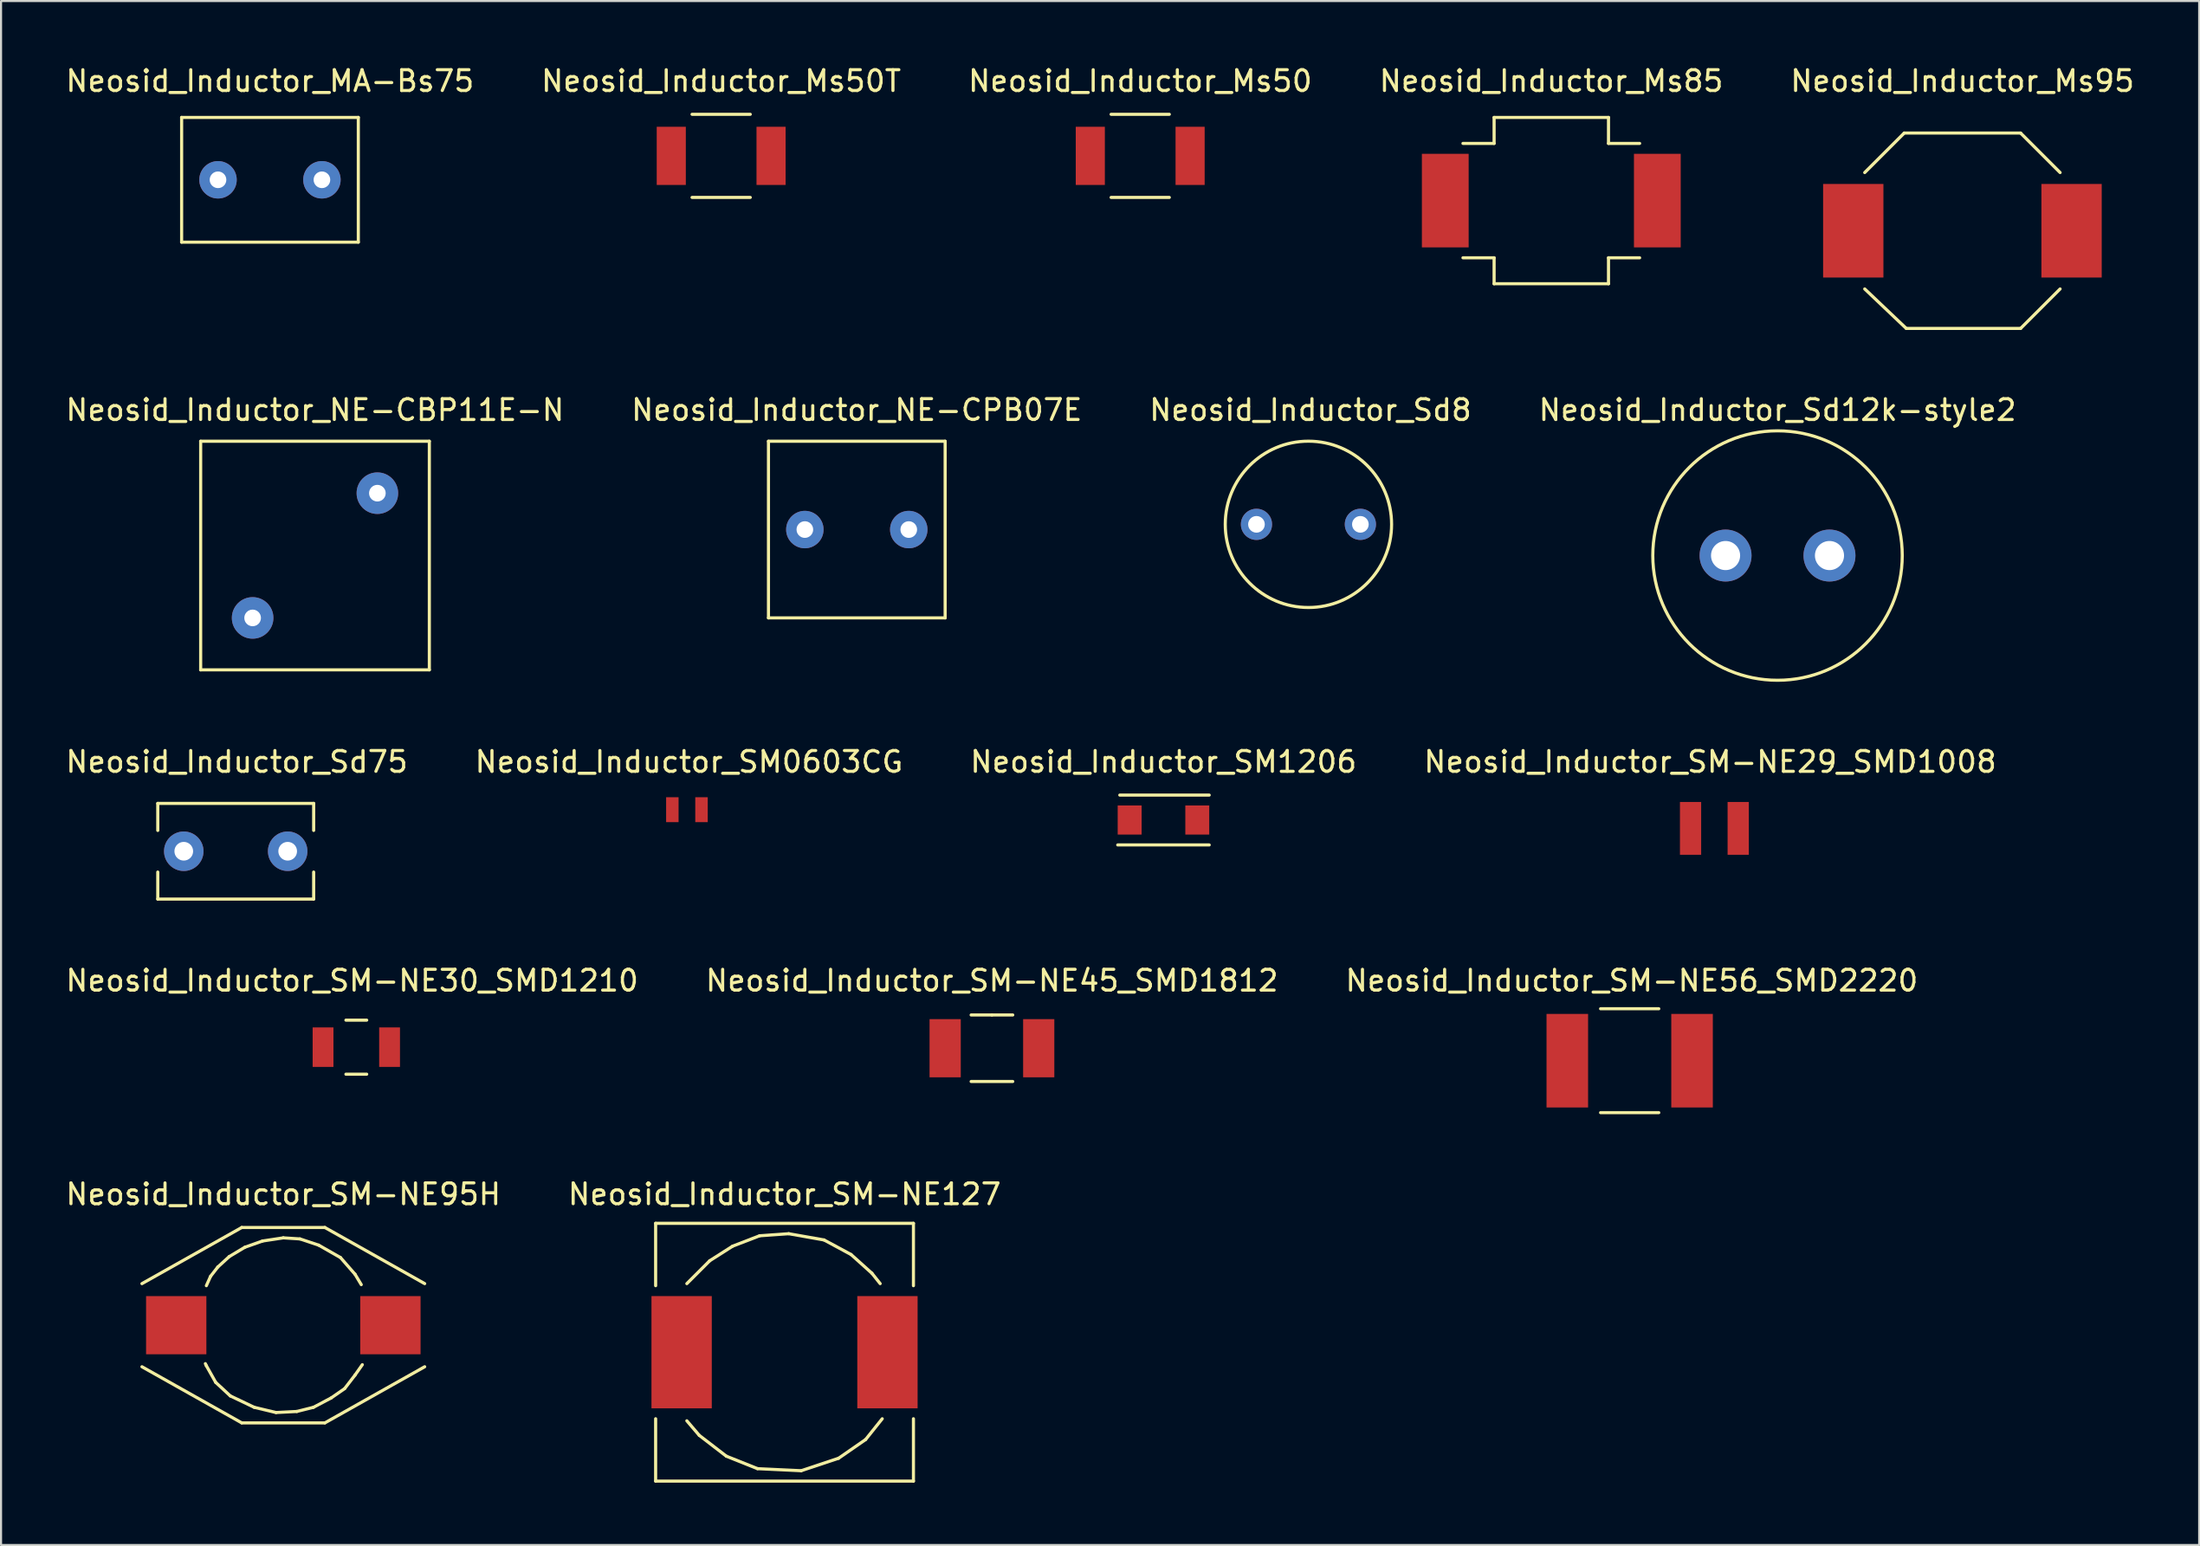
<source format=kicad_pcb>
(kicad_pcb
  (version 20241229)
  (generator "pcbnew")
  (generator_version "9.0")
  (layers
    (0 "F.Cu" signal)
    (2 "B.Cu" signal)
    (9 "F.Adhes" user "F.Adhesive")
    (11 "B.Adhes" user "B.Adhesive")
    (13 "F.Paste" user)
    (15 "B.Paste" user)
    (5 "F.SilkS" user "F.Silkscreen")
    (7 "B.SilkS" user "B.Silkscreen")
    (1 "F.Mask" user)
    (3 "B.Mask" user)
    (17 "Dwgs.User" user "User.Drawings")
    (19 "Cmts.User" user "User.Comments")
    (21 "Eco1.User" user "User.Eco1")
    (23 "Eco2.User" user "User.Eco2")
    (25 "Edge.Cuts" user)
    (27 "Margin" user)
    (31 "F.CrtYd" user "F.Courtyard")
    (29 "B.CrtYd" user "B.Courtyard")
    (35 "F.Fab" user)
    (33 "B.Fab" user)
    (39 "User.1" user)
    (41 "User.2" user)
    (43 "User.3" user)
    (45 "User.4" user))
  (footprint "Neosid_Inductor_SM-NE30_SMD1210"
    (layer "F.Cu")
    (at 14.088 47.319)
    (property "Reference" "Neosid_Inductor_SM-NE30_SMD1210" (at -0.201 -3.2 0) (layer "F.SilkS") (effects (font (size 1 1) (thickness 0.15))))
    (attr smd)
    (fp_line (start 0.5 -1.3) (end -0.5 -1.3) (stroke (width 0.15) (type solid)) (layer "F.SilkS"))
    (fp_line (start 0.5 1.3) (end -0.5 1.3) (stroke (width 0.15) (type solid)) (layer "F.SilkS"))
    (pad "1" smd rect (at -1.6 0) (size 1.001 1.9) (layers "F.Cu" "F.Mask" "F.Paste"))
    (pad "2" smd rect (at 1.6 0) (size 1.001 1.9) (layers "F.Cu" "F.Mask" "F.Paste")))
  (footprint "Neosid_Inductor_NE-CBP11E-N"
    (layer "F.Cu")
    (at 12.101 23.672)
    (property "Reference" "Neosid_Inductor_NE-CBP11E-N" (at 0 -7 0) (layer "F.SilkS") (effects (font (size 1 1) (thickness 0.15))))
    (attr through_hole)
    (fp_line (start -5.499 -5.499) (end 5.499 -5.499) (stroke (width 0.15) (type solid)) (layer "F.SilkS"))
    (fp_line (start -5.499 5.499) (end -5.499 -5.499) (stroke (width 0.15) (type solid)) (layer "F.SilkS"))
    (fp_line (start 5.499 -5.499) (end 5.499 5.499) (stroke (width 0.15) (type solid)) (layer "F.SilkS"))
    (fp_line (start 5.499 5.499) (end -5.499 5.499) (stroke (width 0.15) (type solid)) (layer "F.SilkS"))
    (pad "1" thru_hole circle (at -3 3) (size 1.999 1.999) (drill 0.8) (layers "*.Cu" "*.Mask"))
    (pad "2" thru_hole circle (at 3 -3) (size 1.999 1.999) (drill 0.8) (layers "*.Cu" "*.Mask")))
  (footprint "Neosid_Inductor_Ms50T"
    (layer "F.Cu")
    (at 31.637 4.447)
    (property "Reference" "Neosid_Inductor_Ms50T" (at 0 -3.599 0) (layer "F.SilkS") (effects (font (size 1 1) (thickness 0.15))))
    (attr smd)
    (fp_line (start -1.4 1.999) (end 1.4 1.999) (stroke (width 0.15) (type solid)) (layer "F.SilkS"))
    (fp_line (start 1.4 -1.999) (end -1.4 -1.999) (stroke (width 0.15) (type solid)) (layer "F.SilkS"))
    (pad "1" smd rect (at -2.4 0) (size 1.4 2.799) (layers "F.Cu" "F.Mask" "F.Paste"))
    (pad "2" smd rect (at 2.4 0) (size 1.4 2.799) (layers "F.Cu" "F.Mask" "F.Paste")))
  (footprint "Neosid_Inductor_SM-NE127"
    (layer "F.Cu")
    (at 34.685 61.992)
    (property "Reference" "Neosid_Inductor_SM-NE127" (at 0 -7.6 0) (layer "F.SilkS") (effects (font (size 1 1) (thickness 0.15))))
    (attr smd)
    (fp_line (start -6.2 -6.2) (end -6.2 -3.2) (stroke (width 0.15) (type solid)) (layer "F.SilkS"))
    (fp_line (start -6.2 3.2) (end -6.2 6.2) (stroke (width 0.15) (type solid)) (layer "F.SilkS"))
    (fp_line (start -6.2 6.2) (end 6.2 6.2) (stroke (width 0.15) (type solid)) (layer "F.SilkS"))
    (fp_line (start -4.699 3.299) (end -4.1 4) (stroke (width 0.15) (type solid)) (layer "F.SilkS"))
    (fp_line (start -4.1 4) (end -2.799 5.001) (stroke (width 0.15) (type solid)) (layer "F.SilkS"))
    (fp_line (start -3.599 -4.399) (end -4.699 -3.299) (stroke (width 0.15) (type solid)) (layer "F.SilkS"))
    (fp_line (start -2.799 5.001) (end -1.3 5.601) (stroke (width 0.15) (type solid)) (layer "F.SilkS"))
    (fp_line (start -2.499 -5.1) (end -3.599 -4.399) (stroke (width 0.15) (type solid)) (layer "F.SilkS"))
    (fp_line (start -1.3 5.601) (end 0.8 5.7) (stroke (width 0.15) (type solid)) (layer "F.SilkS"))
    (fp_line (start -1.199 -5.601) (end -2.499 -5.1) (stroke (width 0.15) (type solid)) (layer "F.SilkS"))
    (fp_line (start 0.201 -5.7) (end -1.199 -5.601) (stroke (width 0.15) (type solid)) (layer "F.SilkS"))
    (fp_line (start 0.8 5.7) (end 2.601 5.1) (stroke (width 0.15) (type solid)) (layer "F.SilkS"))
    (fp_line (start 1.9 -5.4) (end 0.201 -5.7) (stroke (width 0.15) (type solid)) (layer "F.SilkS"))
    (fp_line (start 2.601 5.1) (end 3.899 4.201) (stroke (width 0.15) (type solid)) (layer "F.SilkS"))
    (fp_line (start 3.2 -4.699) (end 1.9 -5.4) (stroke (width 0.15) (type solid)) (layer "F.SilkS"))
    (fp_line (start 3.899 4.201) (end 4.699 3.2) (stroke (width 0.15) (type solid)) (layer "F.SilkS"))
    (fp_line (start 4.201 -3.8) (end 3.2 -4.699) (stroke (width 0.15) (type solid)) (layer "F.SilkS"))
    (fp_line (start 4.6 -3.299) (end 4.201 -3.8) (stroke (width 0.15) (type solid)) (layer "F.SilkS"))
    (fp_line (start 6.2 -6.2) (end -6.2 -6.2) (stroke (width 0.15) (type solid)) (layer "F.SilkS"))
    (fp_line (start 6.2 -3.2) (end 6.2 -6.2) (stroke (width 0.15) (type solid)) (layer "F.SilkS"))
    (fp_line (start 6.2 6.2) (end 6.2 3.2) (stroke (width 0.15) (type solid)) (layer "F.SilkS"))
    (pad "1" smd rect (at -4.95 0) (size 2.901 5.4) (layers "F.Cu" "F.Mask" "F.Paste"))
    (pad "2" smd rect (at 4.95 0) (size 2.901 5.4) (layers "F.Cu" "F.Mask" "F.Paste")))
  (footprint "Neosid_Inductor_Ms85"
    (layer "F.Cu")
    (at 71.565 6.599)
    (property "Reference" "Neosid_Inductor_Ms85" (at 0 -5.751 0) (layer "F.SilkS") (effects (font (size 1 1) (thickness 0.15))))
    (attr smd)
    (fp_line (start -4.249 2.751) (end -2.751 2.751) (stroke (width 0.15) (type solid)) (layer "F.SilkS"))
    (fp_line (start -2.751 -4) (end -2.751 -2.751) (stroke (width 0.15) (type solid)) (layer "F.SilkS"))
    (fp_line (start -2.751 -2.751) (end -4.249 -2.751) (stroke (width 0.15) (type solid)) (layer "F.SilkS"))
    (fp_line (start -2.751 2.751) (end -2.751 4) (stroke (width 0.15) (type solid)) (layer "F.SilkS"))
    (fp_line (start -2.751 4) (end 2.751 4) (stroke (width 0.15) (type solid)) (layer "F.SilkS"))
    (fp_line (start 2.751 -4) (end -2.751 -4) (stroke (width 0.15) (type solid)) (layer "F.SilkS"))
    (fp_line (start 2.751 -2.751) (end 2.751 -4) (stroke (width 0.15) (type solid)) (layer "F.SilkS"))
    (fp_line (start 2.751 2.751) (end 4.249 2.751) (stroke (width 0.15) (type solid)) (layer "F.SilkS"))
    (fp_line (start 2.751 4) (end 2.751 2.751) (stroke (width 0.15) (type solid)) (layer "F.SilkS"))
    (fp_line (start 4.249 -2.751) (end 2.751 -2.751) (stroke (width 0.15) (type solid)) (layer "F.SilkS"))
    (pad "1" smd rect (at -5.1 0) (size 2.25 4.501) (layers "F.Cu" "F.Mask" "F.Paste"))
    (pad "2" smd rect (at 5.1 0) (size 2.25 4.501) (layers "F.Cu" "F.Mask" "F.Paste")))
  (footprint "Neosid_Inductor_SM-NE95H"
    (layer "F.Cu")
    (at 10.577 60.692)
    (property "Reference" "Neosid_Inductor_SM-NE95H" (at 0 -6.299 0) (layer "F.SilkS") (effects (font (size 1 1) (thickness 0.15))))
    (attr smd)
    (fp_line (start -3.701 -1.9) (end -3.5 -2.349) (stroke (width 0.15) (type solid)) (layer "F.SilkS"))
    (fp_line (start -3.701 1.951) (end -3.749 1.849) (stroke (width 0.15) (type solid)) (layer "F.SilkS"))
    (fp_line (start -3.5 -2.349) (end -3.15 -2.799) (stroke (width 0.15) (type solid)) (layer "F.SilkS"))
    (fp_line (start -3.251 2.751) (end -3.701 1.951) (stroke (width 0.15) (type solid)) (layer "F.SilkS"))
    (fp_line (start -3.15 -2.799) (end -2.601 -3.299) (stroke (width 0.15) (type solid)) (layer "F.SilkS"))
    (fp_line (start -2.601 -3.299) (end -1.849 -3.749) (stroke (width 0.15) (type solid)) (layer "F.SilkS"))
    (fp_line (start -2.55 3.401) (end -3.251 2.751) (stroke (width 0.15) (type solid)) (layer "F.SilkS"))
    (fp_line (start -1.999 -4.699) (end -6.8 -1.999) (stroke (width 0.15) (type solid)) (layer "F.SilkS"))
    (fp_line (start -1.999 4.699) (end -6.8 1.999) (stroke (width 0.15) (type solid)) (layer "F.SilkS"))
    (fp_line (start -1.849 -3.749) (end -1.001 -4.049) (stroke (width 0.15) (type solid)) (layer "F.SilkS"))
    (fp_line (start -1.4 3.95) (end -2.55 3.401) (stroke (width 0.15) (type solid)) (layer "F.SilkS"))
    (fp_line (start -1.001 -4.049) (end 0 -4.201) (stroke (width 0.15) (type solid)) (layer "F.SilkS"))
    (fp_line (start -0.351 4.201) (end -1.4 3.95) (stroke (width 0.15) (type solid)) (layer "F.SilkS"))
    (fp_line (start 0 -4.201) (end 0.8 -4.15) (stroke (width 0.15) (type solid)) (layer "F.SilkS"))
    (fp_line (start 0.65 4.15) (end -0.351 4.201) (stroke (width 0.15) (type solid)) (layer "F.SilkS"))
    (fp_line (start 0.8 -4.15) (end 1.699 -3.851) (stroke (width 0.15) (type solid)) (layer "F.SilkS"))
    (fp_line (start 1.45 3.95) (end 0.65 4.15) (stroke (width 0.15) (type solid)) (layer "F.SilkS"))
    (fp_line (start 1.699 -3.851) (end 2.751 -3.251) (stroke (width 0.15) (type solid)) (layer "F.SilkS"))
    (fp_line (start 1.999 -4.699) (end -1.999 -4.699) (stroke (width 0.15) (type solid)) (layer "F.SilkS"))
    (fp_line (start 1.999 4.699) (end -1.999 4.699) (stroke (width 0.15) (type solid)) (layer "F.SilkS"))
    (fp_line (start 2.301 3.5) (end 1.45 3.95) (stroke (width 0.15) (type solid)) (layer "F.SilkS"))
    (fp_line (start 2.751 -3.251) (end 3.449 -2.451) (stroke (width 0.15) (type solid)) (layer "F.SilkS"))
    (fp_line (start 2.949 3.051) (end 2.301 3.5) (stroke (width 0.15) (type solid)) (layer "F.SilkS"))
    (fp_line (start 3.449 -2.451) (end 3.749 -1.951) (stroke (width 0.15) (type solid)) (layer "F.SilkS"))
    (fp_line (start 3.449 2.4) (end 2.949 3.051) (stroke (width 0.15) (type solid)) (layer "F.SilkS"))
    (fp_line (start 3.8 1.9) (end 3.449 2.4) (stroke (width 0.15) (type solid)) (layer "F.SilkS"))
    (fp_line (start 6.8 -1.999) (end 1.999 -4.699) (stroke (width 0.15) (type solid)) (layer "F.SilkS"))
    (fp_line (start 6.8 1.999) (end 1.999 4.699) (stroke (width 0.15) (type solid)) (layer "F.SilkS"))
    (pad "1" smd rect (at -5.151 0) (size 2.901 2.799) (layers "F.Cu" "F.Mask" "F.Paste"))
    (pad "2" smd rect (at 5.151 0) (size 2.901 2.799) (layers "F.Cu" "F.Mask" "F.Paste")))
  (footprint "Neosid_Inductor_Ms50"
    (layer "F.Cu")
    (at 51.792 4.447)
    (property "Reference" "Neosid_Inductor_Ms50" (at 0 -3.599 0) (layer "F.SilkS") (effects (font (size 1 1) (thickness 0.15))))
    (attr smd)
    (fp_line (start -1.4 1.999) (end 1.4 1.999) (stroke (width 0.15) (type solid)) (layer "F.SilkS"))
    (fp_line (start 1.4 -1.999) (end -1.4 -1.999) (stroke (width 0.15) (type solid)) (layer "F.SilkS"))
    (pad "1" smd rect (at -2.4 0) (size 1.4 2.799) (layers "F.Cu" "F.Mask" "F.Paste"))
    (pad "2" smd rect (at 2.4 0) (size 1.4 2.799) (layers "F.Cu" "F.Mask" "F.Paste")))
  (footprint "Neosid_Inductor_SM-NE45_SMD1812"
    (layer "F.Cu")
    (at 44.661 47.37)
    (property "Reference" "Neosid_Inductor_SM-NE45_SMD1812" (at 0 -3.251 0) (layer "F.SilkS") (effects (font (size 1 1) (thickness 0.15))))
    (attr smd)
    (fp_line (start -1.001 1.6) (end 1.001 1.6) (stroke (width 0.15) (type solid)) (layer "F.SilkS"))
    (fp_line (start 0 -1.6) (end -1.001 -1.6) (stroke (width 0.15) (type solid)) (layer "F.SilkS"))
    (fp_line (start 0 -1.6) (end 1.001 -1.6) (stroke (width 0.15) (type solid)) (layer "F.SilkS"))
    (pad "1" smd rect (at -2.25 0) (size 1.501 2.799) (layers "F.Cu" "F.Mask" "F.Paste"))
    (pad "2" smd rect (at 2.25 0) (size 1.501 2.799) (layers "F.Cu" "F.Mask" "F.Paste")))
  (footprint "Neosid_Inductor_Ms95"
    (layer "F.Cu")
    (at 91.339 8.049)
    (property "Reference" "Neosid_Inductor_Ms95" (at 0 -7.201 0) (layer "F.SilkS") (effects (font (size 1 1) (thickness 0.15))))
    (attr smd)
    (fp_line (start -2.799 -4.699) (end -4.699 -2.799) (stroke (width 0.15) (type solid)) (layer "F.SilkS"))
    (fp_line (start -2.7 4.699) (end -4.699 2.799) (stroke (width 0.15) (type solid)) (layer "F.SilkS"))
    (fp_line (start 2.799 -4.699) (end -2.799 -4.699) (stroke (width 0.15) (type solid)) (layer "F.SilkS"))
    (fp_line (start 2.799 4.699) (end -2.7 4.699) (stroke (width 0.15) (type solid)) (layer "F.SilkS"))
    (fp_line (start 4.699 -2.799) (end 2.799 -4.699) (stroke (width 0.15) (type solid)) (layer "F.SilkS"))
    (fp_line (start 4.699 2.799) (end 2.799 4.699) (stroke (width 0.15) (type solid)) (layer "F.SilkS"))
    (pad "1" smd rect (at -5.25 0) (size 2.901 4.501) (layers "F.Cu" "F.Mask" "F.Paste"))
    (pad "2" smd rect (at 5.25 0) (size 2.901 4.501) (layers "F.Cu" "F.Mask" "F.Paste")))
  (footprint "Neosid_Inductor_SM1206"
    (layer "F.Cu")
    (at 52.911 36.393)
    (property "Reference" "Neosid_Inductor_SM1206" (at 0 -2.799 0) (layer "F.SilkS") (effects (font (size 1 1) (thickness 0.15))))
    (attr smd)
    (fp_line (start 2.2 -1.199) (end -2.101 -1.199) (stroke (width 0.15) (type solid)) (layer "F.SilkS"))
    (fp_line (start 2.2 1.199) (end -2.2 1.199) (stroke (width 0.15) (type solid)) (layer "F.SilkS"))
    (pad "1" smd rect (at -1.626 0) (size 1.151 1.4) (layers "F.Cu" "F.Mask" "F.Paste"))
    (pad "2" smd rect (at 1.626 0) (size 1.151 1.4) (layers "F.Cu" "F.Mask" "F.Paste")))
  (footprint "Neosid_Inductor_NE-CPB07E"
    (layer "F.Cu")
    (at 38.161 22.422)
    (property "Reference" "Neosid_Inductor_NE-CPB07E" (at 0 -5.751 0) (layer "F.SilkS") (effects (font (size 1 1) (thickness 0.15))))
    (attr smd)
    (fp_line (start -4.249 -4.249) (end -4.249 4.249) (stroke (width 0.15) (type solid)) (layer "F.SilkS"))
    (fp_line (start -4.249 4.249) (end 4.249 4.249) (stroke (width 0.15) (type solid)) (layer "F.SilkS"))
    (fp_line (start 4.249 -4.249) (end -4.249 -4.249) (stroke (width 0.15) (type solid)) (layer "F.SilkS"))
    (fp_line (start 4.249 4.249) (end 4.249 -4.249) (stroke (width 0.15) (type solid)) (layer "F.SilkS"))
    (pad "1" thru_hole circle (at -2.499 0) (size 1.801 1.801) (drill 0.8) (layers "*.Cu" "*.Mask"))
    (pad "2" thru_hole circle (at 2.499 0) (size 1.801 1.801) (drill 0.8) (layers "*.Cu" "*.Mask")))
  (footprint "Neosid_Inductor_Sd12k-style2"
    (layer "F.Cu")
    (at 82.446 23.672)
    (property "Reference" "Neosid_Inductor_Sd12k-style2" (at 0 -7 0) (layer "F.SilkS") (effects (font (size 1 1) (thickness 0.15))))
    (attr through_hole)
    (fp_circle (center 0 0) (end 5.999 0) (stroke (width 0.15) (type solid)) (fill no) (layer "F.SilkS"))
    (pad "1" thru_hole circle (at -2.499 0) (size 2.499 2.499) (drill 1.4) (layers "*.Cu" "*.Mask"))
    (pad "2" thru_hole circle (at 2.499 0) (size 2.499 2.499) (drill 1.4) (layers "*.Cu" "*.Mask")))
  (footprint "Neosid_Inductor_SM-NE29_SMD1008"
    (layer "F.Cu")
    (at 79.409 36.795)
    (property "Reference" "Neosid_Inductor_SM-NE29_SMD1008" (at -0.201 -3.2 0) (layer "F.SilkS") (effects (font (size 1 1) (thickness 0.15))))
    (attr smd)
    (pad "1" smd rect (at -1.146 0) (size 1.021 2.54) (layers "F.Cu" "F.Mask" "F.Paste"))
    (pad "2" smd rect (at 1.146 0) (size 1.021 2.54) (layers "F.Cu" "F.Mask" "F.Paste")))
  (footprint "Neosid_Inductor_Sd75"
    (layer "F.Cu")
    (at 8.288 37.895)
    (property "Reference" "Neosid_Inductor_Sd75" (at 0.051 -4.3 0) (layer "F.SilkS") (effects (font (size 1 1) (thickness 0.15))))
    (attr through_hole)
    (fp_line (start -3.749 -2.301) (end -3.749 -1.001) (stroke (width 0.15) (type solid)) (layer "F.SilkS"))
    (fp_line (start -3.749 1.001) (end -3.749 2.301) (stroke (width 0.15) (type solid)) (layer "F.SilkS"))
    (fp_line (start 3.749 -2.301) (end -3.749 -2.301) (stroke (width 0.15) (type solid)) (layer "F.SilkS"))
    (fp_line (start 3.749 -2.301) (end 3.749 -1.001) (stroke (width 0.15) (type solid)) (layer "F.SilkS"))
    (fp_line (start 3.749 1.001) (end 3.749 2.301) (stroke (width 0.15) (type solid)) (layer "F.SilkS"))
    (fp_line (start 3.749 2.301) (end -3.749 2.301) (stroke (width 0.15) (type solid)) (layer "F.SilkS"))
    (pad "1" thru_hole circle (at -2.499 0) (size 1.9 1.9) (drill 0.899) (layers "*.Cu" "*.Mask"))
    (pad "2" thru_hole circle (at 2.499 0) (size 1.9 1.9) (drill 0.899) (layers "*.Cu" "*.Mask")))
  (footprint "Neosid_Inductor_MA-Bs75"
    (layer "F.Cu")
    (at 9.935 5.598)
    (property "Reference" "Neosid_Inductor_MA-Bs75" (at 0 -4.75 0) (layer "F.SilkS") (effects (font (size 1 1) (thickness 0.15))))
    (attr through_hole)
    (fp_line (start -4.249 -3) (end -4.249 3) (stroke (width 0.15) (type solid)) (layer "F.SilkS"))
    (fp_line (start -4.249 3) (end 4.249 3) (stroke (width 0.15) (type solid)) (layer "F.SilkS"))
    (fp_line (start 4.249 -3) (end -4.249 -3) (stroke (width 0.15) (type solid)) (layer "F.SilkS"))
    (fp_line (start 4.249 3) (end 4.249 -3) (stroke (width 0.15) (type solid)) (layer "F.SilkS"))
    (pad "1" thru_hole circle (at -2.499 0 180) (size 1.801 1.801) (drill 0.8) (layers "*.Cu" "*.Mask"))
    (pad "2" thru_hole circle (at 2.499 0 180) (size 1.801 1.801) (drill 0.8) (layers "*.Cu" "*.Mask")))
  (footprint "Neosid_Inductor_SM0603CG"
    (layer "F.Cu")
    (at 29.99 35.896)
    (property "Reference" "Neosid_Inductor_SM0603CG" (at 0.099 -2.301 0) (layer "F.SilkS") (effects (font (size 1 1) (thickness 0.15))))
    (attr smd)
    (pad "1" smd rect (at -0.701 0) (size 0.599 1.199) (layers "F.Cu" "F.Mask" "F.Paste"))
    (pad "2" smd rect (at 0.701 0) (size 0.599 1.199) (layers "F.Cu" "F.Mask" "F.Paste")))
  (footprint "Neosid_Inductor_SM-NE56_SMD2220"
    (layer "F.Cu")
    (at 75.335 47.97)
    (property "Reference" "Neosid_Inductor_SM-NE56_SMD2220" (at 0.099 -3.851 0) (layer "F.SilkS") (effects (font (size 1 1) (thickness 0.15))))
    (attr smd)
    (fp_line (start 1.4 -2.499) (end -1.4 -2.499) (stroke (width 0.15) (type solid)) (layer "F.SilkS"))
    (fp_line (start 1.4 2.499) (end -1.4 2.499) (stroke (width 0.15) (type solid)) (layer "F.SilkS"))
    (pad "1" smd rect (at -3 0) (size 1.999 4.501) (layers "F.Cu" "F.Mask" "F.Paste"))
    (pad "2" smd rect (at 3 0) (size 1.999 4.501) (layers "F.Cu" "F.Mask" "F.Paste")))
  (footprint "Neosid_Inductor_Sd8"
    (layer "F.Cu")
    (at 59.883 22.171)
    (property "Reference" "Neosid_Inductor_Sd8" (at 0.099 -5.499 0) (layer "F.SilkS") (effects (font (size 1 1) (thickness 0.15))))
    (attr through_hole)
    (fp_circle (center 0 0) (end 4 0) (stroke (width 0.15) (type solid)) (fill no) (layer "F.SilkS"))
    (pad "1" thru_hole circle (at -2.499 0) (size 1.501 1.501) (drill 0.8) (layers "*.Cu" "*.Mask"))
    (pad "2" thru_hole circle (at 2.499 0) (size 1.501 1.501) (drill 0.8) (layers "*.Cu" "*.Mask")))
  (gr_rect
    (start -3 -3)
    (end 102.726 71.267)
    (stroke (width 0.1) (type default))
    (fill no)
    (layer "Edge.Cuts")))
</source>
